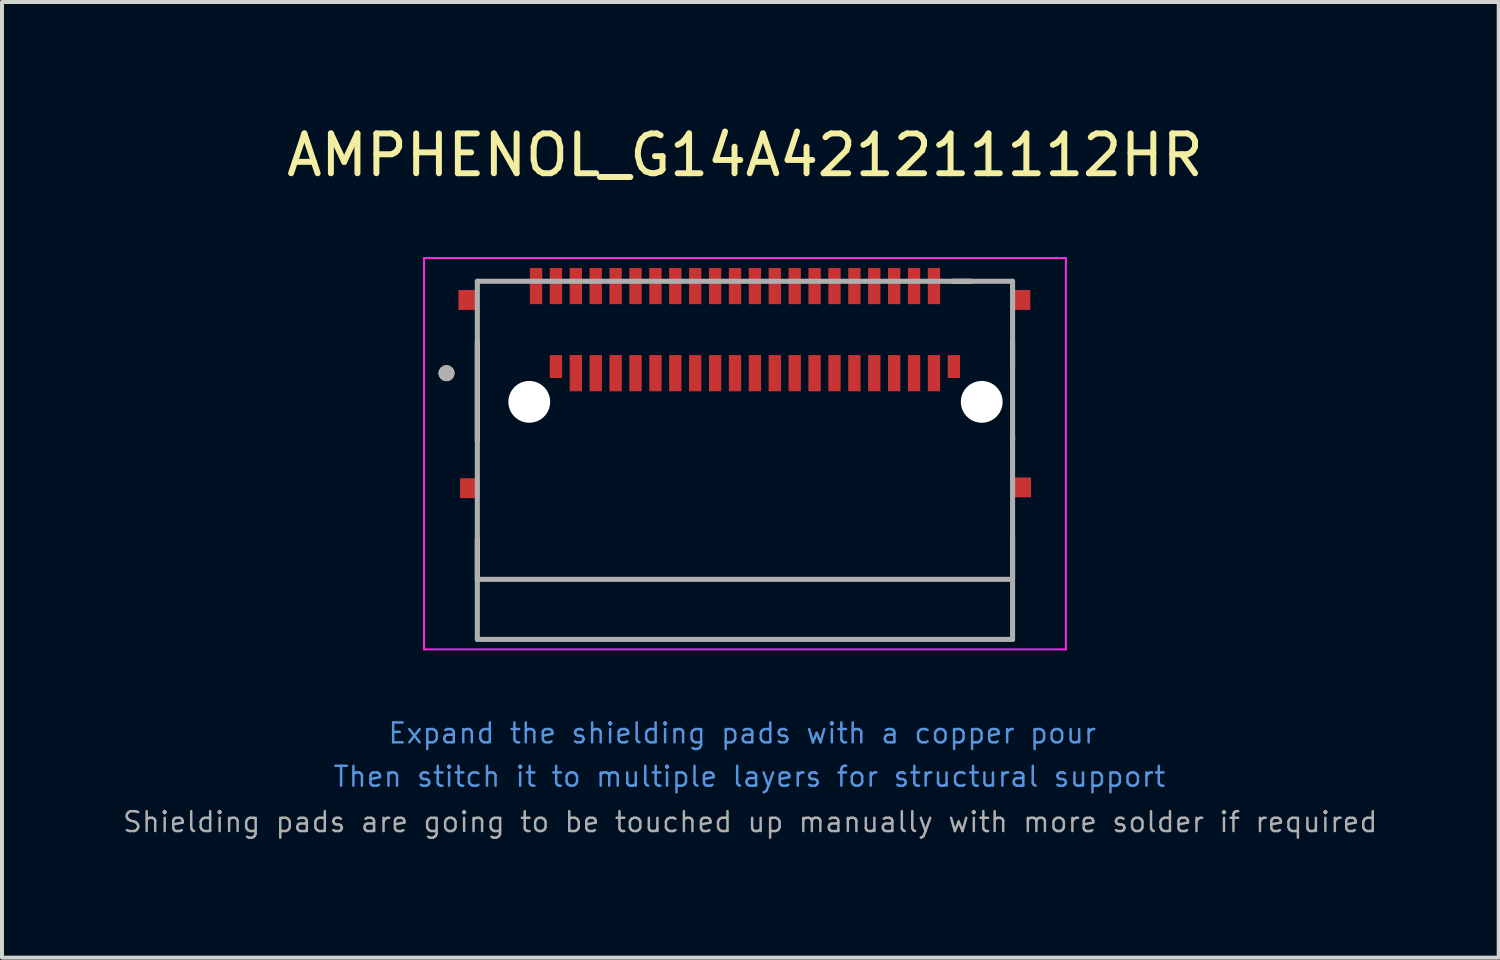
<source format=kicad_pcb>
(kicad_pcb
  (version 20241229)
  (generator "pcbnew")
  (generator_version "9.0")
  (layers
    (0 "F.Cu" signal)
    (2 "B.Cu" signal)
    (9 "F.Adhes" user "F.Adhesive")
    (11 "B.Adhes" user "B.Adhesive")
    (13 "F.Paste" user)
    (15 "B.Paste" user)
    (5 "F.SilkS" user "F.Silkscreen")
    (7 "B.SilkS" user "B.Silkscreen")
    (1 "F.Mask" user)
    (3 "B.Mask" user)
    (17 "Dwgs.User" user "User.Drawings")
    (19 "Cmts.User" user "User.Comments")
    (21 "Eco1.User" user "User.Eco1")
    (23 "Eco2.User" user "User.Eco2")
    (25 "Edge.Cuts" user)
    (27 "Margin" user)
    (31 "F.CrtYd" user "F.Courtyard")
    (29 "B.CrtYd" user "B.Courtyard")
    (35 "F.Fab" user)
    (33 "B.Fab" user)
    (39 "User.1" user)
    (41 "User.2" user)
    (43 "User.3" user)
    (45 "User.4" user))
  (footprint "AMPHENOL_G14A421211112HR"
    (layer "F.Cu")
    (at 15.67 7.048)
    (property "Reference" "AMPHENOL_G14A421211112HR" (at 0 -6.2 0) (layer "F.SilkS") (effects (font (size 1 1) (thickness 0.15))))
    (attr smd allow_soldermask_bridges)
    (fp_line (start -6.725 0.98) (end -6.725 -1.51) (stroke (width 0.127) (type solid)) (layer "F.SilkS"))
    (fp_line (start -6.725 4.46) (end -6.725 3.42) (stroke (width 0.127) (type solid)) (layer "F.SilkS"))
    (fp_line (start 5.225 -3.03) (end 5.685 -3.03) (stroke (width 0.127) (type solid)) (layer "F.SilkS"))
    (fp_line (start 6.725 -0.845) (end 6.725 -1.51) (stroke (width 0.127) (type solid)) (layer "F.SilkS"))
    (fp_line (start 6.725 0.975) (end 6.725 0.845) (stroke (width 0.127) (type solid)) (layer "F.SilkS"))
    (fp_line (start 6.725 4.46) (end 6.725 3.42) (stroke (width 0.127) (type solid)) (layer "F.SilkS"))
    (fp_circle (center -7.5 -0.72) (end -7.4 -0.72) (stroke (width 0.2) (type solid)) (fill no) (layer "F.SilkS"))
    (fp_line (start -8.065 -3.615) (end 8.065 -3.615) (stroke (width 0.05) (type solid)) (layer "F.CrtYd"))
    (fp_line (start -8.065 6.22) (end -8.065 -3.615) (stroke (width 0.05) (type solid)) (layer "F.CrtYd"))
    (fp_line (start 8.065 -3.615) (end 8.065 6.22) (stroke (width 0.05) (type solid)) (layer "F.CrtYd"))
    (fp_line (start 8.065 6.22) (end -8.065 6.22) (stroke (width 0.05) (type solid)) (layer "F.CrtYd"))
    (fp_line (start -6.725 -3.03) (end 6.725 -3.03) (stroke (width 0.127) (type solid)) (layer "F.Fab"))
    (fp_line (start -6.725 4.46) (end -6.725 -3.03) (stroke (width 0.127) (type solid)) (layer "F.Fab"))
    (fp_line (start -6.725 4.46) (end 6.7 4.46) (stroke (width 0.127) (type solid)) (layer "F.Fab"))
    (fp_line (start -6.725 5.97) (end -6.725 4.46) (stroke (width 0.127) (type solid)) (layer "F.Fab"))
    (fp_line (start 6.725 -3.03) (end 6.725 5.97) (stroke (width 0.127) (type solid)) (layer "F.Fab"))
    (fp_line (start 6.725 5.97) (end -6.725 5.97) (stroke (width 0.127) (type solid)) (layer "F.Fab"))
    (fp_circle (center -7.5 -0.72) (end -7.4 -0.72) (stroke (width 0.2) (type solid)) (fill no) (layer "F.Fab"))
    (fp_rect (start -7.81 -3.21) (end -6 -1.82) (stroke (width 0.1) (type default)) (fill no) (layer "User.1"))
    (fp_rect (start -7.8 1.31) (end -6 3.11) (stroke (width 0.1) (type default)) (fill no) (layer "User.1"))
    (fp_rect (start 6.01 -3.2) (end 7.82 -1.81) (stroke (width 0.1) (type default)) (fill no) (layer "User.1"))
    (fp_rect (start 6.02 1.3) (end 7.82 3.1) (stroke (width 0.1) (type default)) (fill no) (layer "User.1"))
    (fp_text user "Expand the shielding pads with a copper pour" (at -9 8.62 0) (unlocked yes) (layer "Cmts.User") (effects (font (size 0.5 0.5) (thickness 0.062)) (justify left bottom)))
    (fp_text user "Then stitch it to multiple layers for structural support" (at -10.38 9.71 0) (unlocked yes) (layer "Cmts.User") (effects (font (size 0.5 0.5) (thickness 0.062)) (justify left bottom)))
    (fp_text user "Shielding pads are going to be touched up manually with more solder if required" (at -15.67 10.85 0) (unlocked yes) (layer "F.Fab") (effects (font (size 0.5 0.5) (thickness 0.062)) (justify left bottom)))
    (pad "" np_thru_hole circle (at -5.42 0) (size 1.05 1.05) (drill 1.05) (layers "*.Cu"))
    (pad "" np_thru_hole circle (at 5.95 0) (size 1.05 1.05) (drill 1.05) (layers "*.Cu"))
    (pad "A1" smd rect (at -4.75 -0.887) (size 0.31 0.575) (layers "F.Cu" "F.Mask" "F.Paste"))
    (pad "A2" smd rect (at -4.25 -0.72) (size 0.31 0.91) (layers "F.Cu" "F.Mask" "F.Paste"))
    (pad "A3" smd rect (at -3.75 -0.72) (size 0.31 0.91) (layers "F.Cu" "F.Mask" "F.Paste"))
    (pad "A4" smd rect (at -3.25 -0.72) (size 0.31 0.91) (layers "F.Cu" "F.Mask" "F.Paste"))
    (pad "A5" smd rect (at -2.75 -0.72) (size 0.31 0.91) (layers "F.Cu" "F.Mask" "F.Paste"))
    (pad "A6" smd rect (at -2.25 -0.72) (size 0.31 0.91) (layers "F.Cu" "F.Mask" "F.Paste"))
    (pad "A7" smd rect (at -1.75 -0.72) (size 0.31 0.91) (layers "F.Cu" "F.Mask" "F.Paste"))
    (pad "A8" smd rect (at -1.25 -0.72) (size 0.31 0.91) (layers "F.Cu" "F.Mask" "F.Paste"))
    (pad "A9" smd rect (at -0.75 -0.72) (size 0.31 0.91) (layers "F.Cu" "F.Mask" "F.Paste"))
    (pad "A10" smd rect (at -0.25 -0.72) (size 0.31 0.91) (layers "F.Cu" "F.Mask" "F.Paste"))
    (pad "A11" smd rect (at 0.25 -0.72) (size 0.31 0.91) (layers "F.Cu" "F.Mask" "F.Paste"))
    (pad "A12" smd rect (at 0.75 -0.72) (size 0.31 0.91) (layers "F.Cu" "F.Mask" "F.Paste"))
    (pad "A13" smd rect (at 1.25 -0.72) (size 0.31 0.91) (layers "F.Cu" "F.Mask" "F.Paste"))
    (pad "A14" smd rect (at 1.75 -0.72) (size 0.31 0.91) (layers "F.Cu" "F.Mask" "F.Paste"))
    (pad "A15" smd rect (at 2.25 -0.72) (size 0.31 0.91) (layers "F.Cu" "F.Mask" "F.Paste"))
    (pad "A16" smd rect (at 2.75 -0.72) (size 0.31 0.91) (layers "F.Cu" "F.Mask" "F.Paste"))
    (pad "A17" smd rect (at 3.25 -0.72) (size 0.31 0.91) (layers "F.Cu" "F.Mask" "F.Paste"))
    (pad "A18" smd rect (at 3.75 -0.72) (size 0.31 0.91) (layers "F.Cu" "F.Mask" "F.Paste"))
    (pad "A19" smd rect (at 4.25 -0.72) (size 0.31 0.91) (layers "F.Cu" "F.Mask" "F.Paste"))
    (pad "A20" smd rect (at 4.75 -0.72) (size 0.31 0.91) (layers "F.Cu" "F.Mask" "F.Paste"))
    (pad "A21" smd rect (at 5.25 -0.887) (size 0.31 0.575) (layers "F.Cu" "F.Mask" "F.Paste"))
    (pad "B1" smd rect (at -5.25 -2.91) (size 0.31 0.91) (layers "F.Cu" "F.Mask" "F.Paste"))
    (pad "B2" smd rect (at -4.75 -2.91) (size 0.31 0.91) (layers "F.Cu" "F.Mask" "F.Paste"))
    (pad "B3" smd rect (at -4.25 -2.91) (size 0.31 0.91) (layers "F.Cu" "F.Mask" "F.Paste"))
    (pad "B4" smd rect (at -3.75 -2.91) (size 0.31 0.91) (layers "F.Cu" "F.Mask" "F.Paste"))
    (pad "B5" smd rect (at -3.25 -2.91) (size 0.31 0.91) (layers "F.Cu" "F.Mask" "F.Paste"))
    (pad "B6" smd rect (at -2.75 -2.91) (size 0.31 0.91) (layers "F.Cu" "F.Mask" "F.Paste"))
    (pad "B7" smd rect (at -2.25 -2.91) (size 0.31 0.91) (layers "F.Cu" "F.Mask" "F.Paste"))
    (pad "B8" smd rect (at -1.75 -2.91) (size 0.31 0.91) (layers "F.Cu" "F.Mask" "F.Paste"))
    (pad "B9" smd rect (at -1.25 -2.91) (size 0.31 0.91) (layers "F.Cu" "F.Mask" "F.Paste"))
    (pad "B10" smd rect (at -0.75 -2.91) (size 0.31 0.91) (layers "F.Cu" "F.Mask" "F.Paste"))
    (pad "B11" smd rect (at -0.25 -2.91) (size 0.31 0.91) (layers "F.Cu" "F.Mask" "F.Paste"))
    (pad "B12" smd rect (at 0.25 -2.91) (size 0.31 0.91) (layers "F.Cu" "F.Mask" "F.Paste"))
    (pad "B13" smd rect (at 0.75 -2.91) (size 0.31 0.91) (layers "F.Cu" "F.Mask" "F.Paste"))
    (pad "B14" smd rect (at 1.25 -2.91) (size 0.31 0.91) (layers "F.Cu" "F.Mask" "F.Paste"))
    (pad "B15" smd rect (at 1.75 -2.91) (size 0.31 0.91) (layers "F.Cu" "F.Mask" "F.Paste"))
    (pad "B16" smd rect (at 2.25 -2.91) (size 0.31 0.91) (layers "F.Cu" "F.Mask" "F.Paste"))
    (pad "B17" smd rect (at 2.75 -2.91) (size 0.31 0.91) (layers "F.Cu" "F.Mask" "F.Paste"))
    (pad "B18" smd rect (at 3.25 -2.91) (size 0.31 0.91) (layers "F.Cu" "F.Mask" "F.Paste"))
    (pad "B19" smd rect (at 3.75 -2.91) (size 0.31 0.91) (layers "F.Cu" "F.Mask" "F.Paste"))
    (pad "B20" smd rect (at 4.25 -2.91) (size 0.31 0.91) (layers "F.Cu" "F.Mask" "F.Paste"))
    (pad "B21" smd rect (at 4.75 -2.91) (size 0.31 0.91) (layers "F.Cu" "F.Mask" "F.Paste"))
    (pad "SH1" smd rect (at -6.95 -2.56) (size 0.5 0.5) (layers "F.Cu" "F.Mask" "F.Paste"))
    (pad "SH2" smd rect (at 6.92 -2.56) (size 0.5 0.5) (layers "F.Cu" "F.Mask" "F.Paste"))
    (pad "SH3" smd rect (at -6.91 2.17) (size 0.5 0.5) (layers "F.Cu" "F.Mask" "F.Paste"))
    (pad "SH4" smd rect (at 6.94 2.15) (size 0.5 0.5) (layers "F.Cu" "F.Mask" "F.Paste")))
  (gr_rect
    (start -3 -3)
    (end 34.611 21.015)
    (stroke (width 0.1) (type default))
    (fill no)
    (layer "Edge.Cuts")))
</source>
